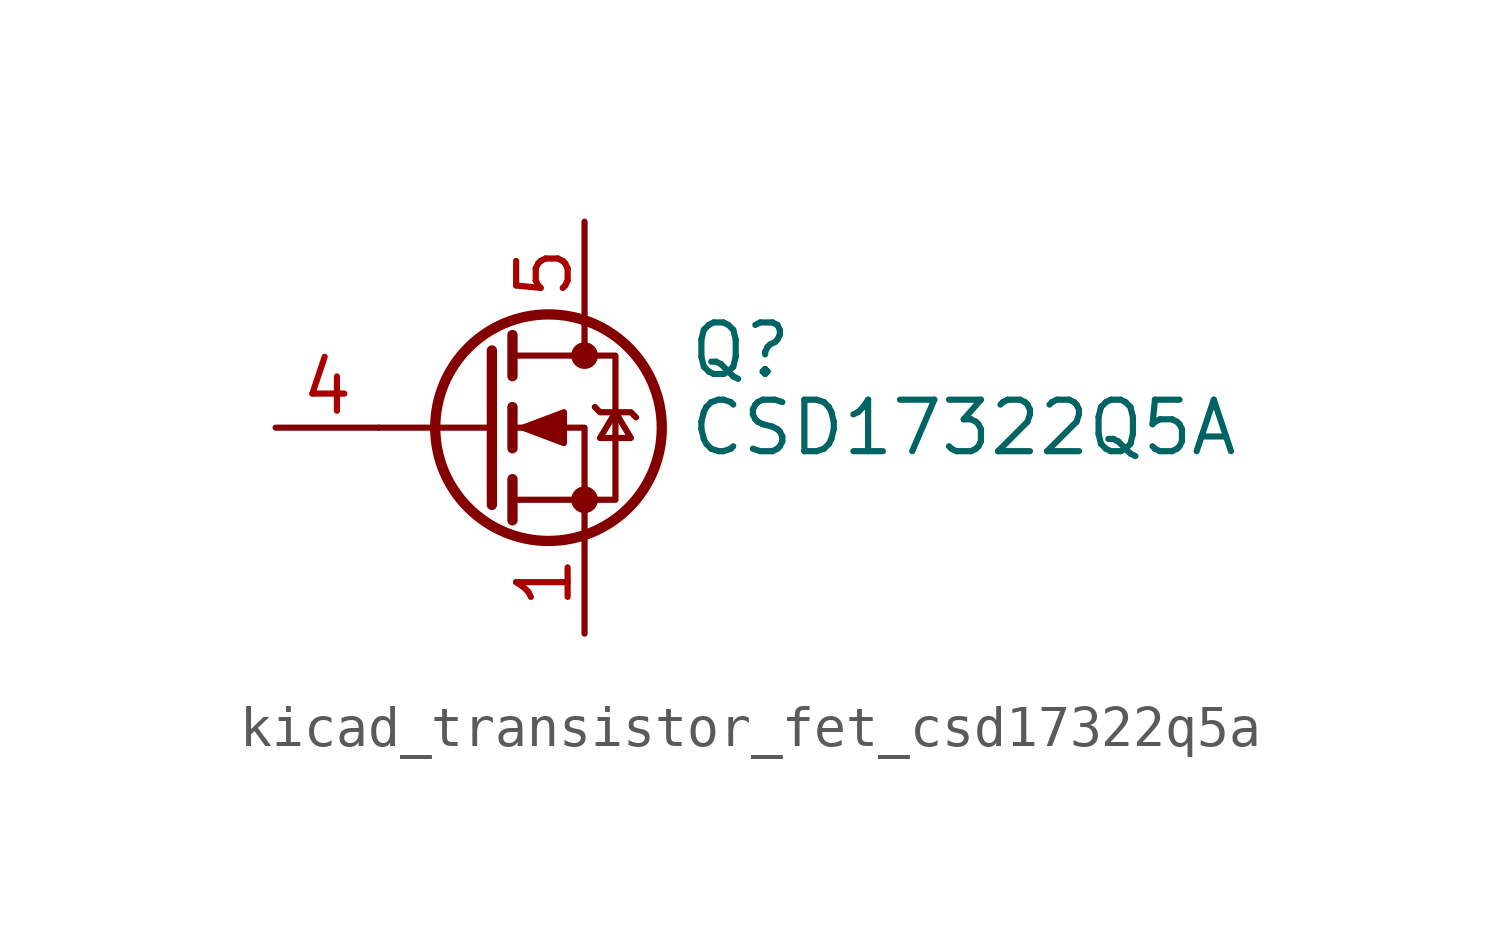
<source format=kicad_sym>
(kicad_symbol_lib
  (version 20220914)
  (generator kicad_symbol_editor)
  (symbol "kicad_transistor_fet_csd17322q5a"
    (pin_names hide)
    (property "Reference" "Q"
      (at 5.08 1.905 0)
      (effects (font (size 1.27 1.27)) (justify left)))
    (property "Value" "CSD17322Q5A"
      (at 5.08 0 0)
      (effects (font (size 1.27 1.27)) (justify left)))
    (symbol "kicad_transistor_fet_csd17322q5a_0_1"
      (polyline (pts (xy 0.254 0) (xy -2.54 0)) (stroke (width 0) (type default)) (fill (type none)))
      (polyline (pts (xy 0.254 1.905) (xy 0.254 -1.905)) (stroke (width 0.254) (type default)) (fill (type none)))
      (polyline (pts (xy 0.762 -1.27) (xy 0.762 -2.286)) (stroke (width 0.254) (type default)) (fill (type none)))
      (polyline (pts (xy 0.762 0.508) (xy 0.762 -0.508)) (stroke (width 0.254) (type default)) (fill (type none)))
      (polyline (pts (xy 0.762 2.286) (xy 0.762 1.27)) (stroke (width 0.254) (type default)) (fill (type none)))
      (polyline (pts (xy 2.54 2.54) (xy 2.54 1.778)) (stroke (width 0) (type default)) (fill (type none)))
      (polyline (pts (xy 2.54 -2.54) (xy 2.54 0) (xy 0.762 0)) (stroke (width 0) (type default)) (fill (type none)))
      (polyline (pts (xy 0.762 -1.778) (xy 3.302 -1.778) (xy 3.302 1.778) (xy 0.762 1.778)) (stroke (width 0) (type default)) (fill (type none)))
      (polyline (pts (xy 1.016 0) (xy 2.032 0.381) (xy 2.032 -0.381) (xy 1.016 0)) (stroke (width 0) (type default)) (fill (type outline)))
      (polyline (pts (xy 2.794 0.508) (xy 2.921 0.381) (xy 3.683 0.381) (xy 3.81 0.254)) (stroke (width 0) (type default)) (fill (type none)))
      (polyline (pts (xy 3.302 0.381) (xy 2.921 -0.254) (xy 3.683 -0.254) (xy 3.302 0.381)) (stroke (width 0) (type default)) (fill (type none)))
      (circle (center 1.651 0) (radius 2.794) (stroke (width 0.254) (type default)) (fill (type none)))
      (circle (center 2.54 -1.778) (radius 0.254) (stroke (width 0) (type default)) (fill (type outline)))
      (circle (center 2.54 1.778) (radius 0.254) (stroke (width 0) (type default)) (fill (type outline))))
    (symbol "kicad_transistor_fet_csd17322q5a_1_1"
      (pin passive line (at 2.54 -5.08 90) (length 2.54) (name "S" (effects (font (size 1.27 1.27)))) (number "1" (effects (font (size 1.27 1.27)))))
      (pin passive line (at 2.54 -5.08 90) (length 2.54) hide (name "S" (effects (font (size 1.27 1.27)))) (number "2" (effects (font (size 1.27 1.27)))))
      (pin passive line (at 2.54 -5.08 90) (length 2.54) hide (name "S" (effects (font (size 1.27 1.27)))) (number "3" (effects (font (size 1.27 1.27)))))
      (pin passive line (at -5.08 0 0) (length 2.54) (name "G" (effects (font (size 1.27 1.27)))) (number "4" (effects (font (size 1.27 1.27)))))
      (pin passive line (at 2.54 5.08 270) (length 2.54) (name "D" (effects (font (size 1.27 1.27)))) (number "5" (effects (font (size 1.27 1.27))))))))
</source>
